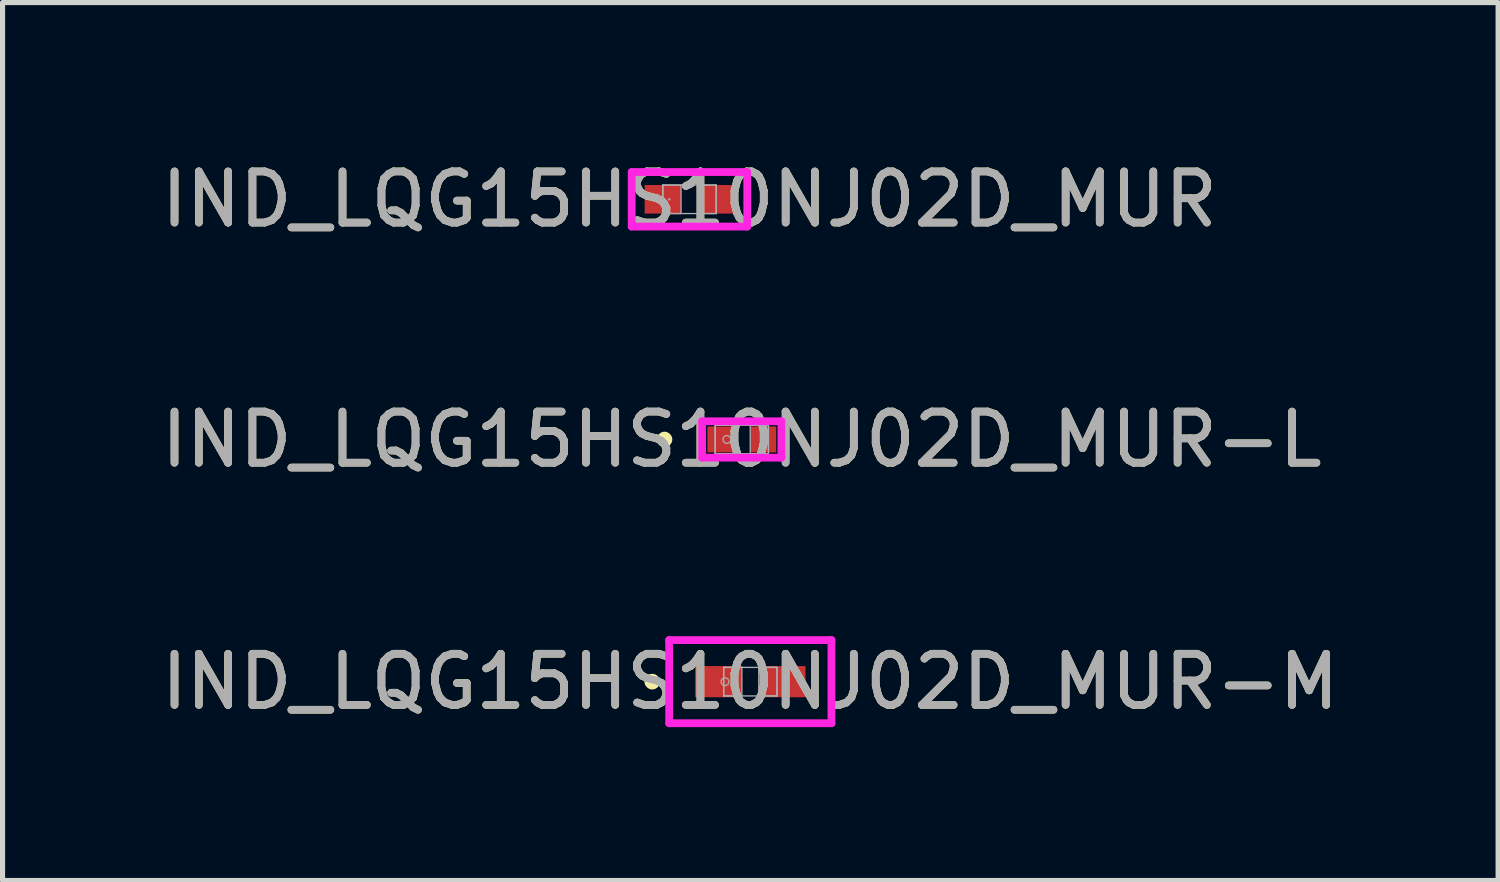
<source format=kicad_pcb>
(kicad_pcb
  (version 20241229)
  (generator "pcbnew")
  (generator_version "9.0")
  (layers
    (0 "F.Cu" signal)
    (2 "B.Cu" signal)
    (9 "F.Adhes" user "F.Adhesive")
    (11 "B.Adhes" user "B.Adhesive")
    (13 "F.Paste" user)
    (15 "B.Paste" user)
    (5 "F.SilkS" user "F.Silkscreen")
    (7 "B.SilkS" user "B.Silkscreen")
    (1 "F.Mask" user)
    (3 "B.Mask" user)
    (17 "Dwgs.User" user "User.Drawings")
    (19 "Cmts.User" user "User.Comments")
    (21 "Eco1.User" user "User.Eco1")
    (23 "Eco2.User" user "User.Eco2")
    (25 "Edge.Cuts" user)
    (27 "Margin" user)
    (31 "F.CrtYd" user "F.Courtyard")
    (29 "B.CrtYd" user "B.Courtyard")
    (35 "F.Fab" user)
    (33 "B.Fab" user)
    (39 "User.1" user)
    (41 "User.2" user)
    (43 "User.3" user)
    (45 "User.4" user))
  (footprint "IND_LQG15HS10NJ02D_MUR-M"
    (layer "F.Cu")
    (at 11.625 10.282)
    (property "Reference" "IND_LQG15HS10NJ02D_MUR-M" (at 0 0 0) (unlocked yes) (layer "F.SilkS") (effects (font (size 1 1) (thickness 0.15))))
    (attr smd)
    (fp_circle (center -1.918 0) (end -1.841 0) (stroke (width 0.152) (type solid)) (fill no) (layer "F.SilkS"))
    (fp_line (start -1.587 -0.813) (end 1.587 -0.813) (stroke (width 0.152) (type solid)) (layer "F.CrtYd"))
    (fp_line (start -1.587 0.813) (end -1.587 -0.813) (stroke (width 0.152) (type solid)) (layer "F.CrtYd"))
    (fp_line (start 1.587 -0.813) (end 1.587 0.813) (stroke (width 0.152) (type solid)) (layer "F.CrtYd"))
    (fp_line (start 1.587 0.813) (end -1.587 0.813) (stroke (width 0.152) (type solid)) (layer "F.CrtYd"))
    (fp_line (start -0.521 -0.279) (end -0.521 0.279) (stroke (width 0.025) (type solid)) (layer "F.Fab"))
    (fp_line (start -0.521 -0.279) (end -0.521 0.279) (stroke (width 0.025) (type solid)) (layer "F.Fab"))
    (fp_line (start -0.521 0.279) (end -0.165 0.279) (stroke (width 0.025) (type solid)) (layer "F.Fab"))
    (fp_line (start -0.521 0.279) (end 0.521 0.279) (stroke (width 0.025) (type solid)) (layer "F.Fab"))
    (fp_line (start -0.165 -0.279) (end -0.521 -0.279) (stroke (width 0.025) (type solid)) (layer "F.Fab"))
    (fp_line (start -0.165 0.279) (end -0.165 -0.279) (stroke (width 0.025) (type solid)) (layer "F.Fab"))
    (fp_line (start 0.165 -0.279) (end 0.165 0.279) (stroke (width 0.025) (type solid)) (layer "F.Fab"))
    (fp_line (start 0.165 0.279) (end 0.521 0.279) (stroke (width 0.025) (type solid)) (layer "F.Fab"))
    (fp_line (start 0.521 -0.279) (end -0.521 -0.279) (stroke (width 0.025) (type solid)) (layer "F.Fab"))
    (fp_line (start 0.521 -0.279) (end 0.165 -0.279) (stroke (width 0.025) (type solid)) (layer "F.Fab"))
    (fp_line (start 0.521 0.279) (end 0.521 -0.279) (stroke (width 0.025) (type solid)) (layer "F.Fab"))
    (fp_line (start 0.521 0.279) (end 0.521 -0.279) (stroke (width 0.025) (type solid)) (layer "F.Fab"))
    (fp_circle (center -0.495 0) (end -0.419 0) (stroke (width 0.025) (type solid)) (fill no) (layer "F.Fab"))
    (fp_text user "${REFERENCE}" (at 0 0 0) (unlocked yes) (layer "F.Fab") (effects (font (size 1 1) (thickness 0.15))))
    (pad "1" smd rect (at -0.622 0) (size 0.914 0.61) (layers "F.Cu" "F.Mask" "F.Paste"))
    (pad "2" smd rect (at 0.622 0) (size 0.914 0.61) (layers "F.Cu" "F.Mask" "F.Paste"))
    (zone (net_name "") (layer "F.Cu") (hatch full 0.508) (connect_pads) (min_thickness 0.254) (filled_areas_thickness no) (keepout (tracks not_allowed) (vias not_allowed) (pads allowed) (copperpour not_allowed) (footprints allowed)) (placement (enabled no)) (fill) (polygon (pts (xy 11.511 10.053) (xy 11.739 10.053) (xy 11.739 10.511) (xy 11.511 10.511)))))
  (footprint "IND_LQG15HS10NJ02D_MUR-L"
    (layer "F.Cu")
    (at 11.458 5.545)
    (property "Reference" "IND_LQG15HS10NJ02D_MUR-L" (at 0 0 0) (unlocked yes) (layer "F.SilkS") (effects (font (size 1 1) (thickness 0.15))))
    (attr smd)
    (fp_circle (center -1.511 0) (end -1.435 0) (stroke (width 0.152) (type solid)) (fill no) (layer "F.SilkS"))
    (fp_line (start -0.775 -0.356) (end 0.775 -0.356) (stroke (width 0.152) (type solid)) (layer "F.CrtYd"))
    (fp_line (start -0.775 0.356) (end -0.775 -0.356) (stroke (width 0.152) (type solid)) (layer "F.CrtYd"))
    (fp_line (start 0.775 -0.356) (end 0.775 0.356) (stroke (width 0.152) (type solid)) (layer "F.CrtYd"))
    (fp_line (start 0.775 0.356) (end -0.775 0.356) (stroke (width 0.152) (type solid)) (layer "F.CrtYd"))
    (fp_line (start -0.521 -0.279) (end -0.521 0.279) (stroke (width 0.025) (type solid)) (layer "F.Fab"))
    (fp_line (start -0.521 -0.279) (end -0.521 0.279) (stroke (width 0.025) (type solid)) (layer "F.Fab"))
    (fp_line (start -0.521 0.279) (end -0.165 0.279) (stroke (width 0.025) (type solid)) (layer "F.Fab"))
    (fp_line (start -0.521 0.279) (end 0.521 0.279) (stroke (width 0.025) (type solid)) (layer "F.Fab"))
    (fp_line (start -0.165 -0.279) (end -0.521 -0.279) (stroke (width 0.025) (type solid)) (layer "F.Fab"))
    (fp_line (start -0.165 0.279) (end -0.165 -0.279) (stroke (width 0.025) (type solid)) (layer "F.Fab"))
    (fp_line (start 0.165 -0.279) (end 0.165 0.279) (stroke (width 0.025) (type solid)) (layer "F.Fab"))
    (fp_line (start 0.165 0.279) (end 0.521 0.279) (stroke (width 0.025) (type solid)) (layer "F.Fab"))
    (fp_line (start 0.521 -0.279) (end -0.521 -0.279) (stroke (width 0.025) (type solid)) (layer "F.Fab"))
    (fp_line (start 0.521 -0.279) (end 0.165 -0.279) (stroke (width 0.025) (type solid)) (layer "F.Fab"))
    (fp_line (start 0.521 0.279) (end 0.521 -0.279) (stroke (width 0.025) (type solid)) (layer "F.Fab"))
    (fp_line (start 0.521 0.279) (end 0.521 -0.279) (stroke (width 0.025) (type solid)) (layer "F.Fab"))
    (fp_circle (center -0.292 0) (end -0.216 0) (stroke (width 0.025) (type solid)) (fill no) (layer "F.Fab"))
    (fp_text user "${REFERENCE}" (at 0 0 0) (unlocked yes) (layer "F.Fab") (effects (font (size 1 1) (thickness 0.15))))
    (pad "1" smd rect (at -0.419 0) (size 0.508 0.508) (layers "F.Cu" "F.Mask" "F.Paste"))
    (pad "2" smd rect (at 0.419 0) (size 0.508 0.508) (layers "F.Cu" "F.Mask" "F.Paste"))
    (zone (net_name "") (layer "F.Cu") (hatch full 0.508) (connect_pads) (min_thickness 0.254) (filled_areas_thickness no) (keepout (tracks not_allowed) (vias not_allowed) (pads allowed) (copperpour not_allowed) (footprints allowed)) (placement (enabled no)) (fill) (polygon (pts (xy 11.344 5.316) (xy 11.573 5.316) (xy 11.573 5.773) (xy 11.344 5.773)))))
  (footprint "IND_LQG15HS10NJ02D_MUR"
    (layer "F.Cu")
    (at 10.435 0.848)
    (property "Reference" "IND_LQG15HS10NJ02D_MUR" (at 0 0 0) (unlocked yes) (layer "F.SilkS") (effects (font (size 1 1) (thickness 0.15))))
    (attr smd)
    (fp_line (start -1.13 -0.533) (end 1.13 -0.533) (stroke (width 0.152) (type solid)) (layer "F.CrtYd"))
    (fp_line (start -1.13 0.533) (end -1.13 -0.533) (stroke (width 0.152) (type solid)) (layer "F.CrtYd"))
    (fp_line (start 1.13 -0.533) (end 1.13 0.533) (stroke (width 0.152) (type solid)) (layer "F.CrtYd"))
    (fp_line (start 1.13 0.533) (end -1.13 0.533) (stroke (width 0.152) (type solid)) (layer "F.CrtYd"))
    (fp_line (start -0.521 -0.279) (end -0.521 0.279) (stroke (width 0.025) (type solid)) (layer "F.Fab"))
    (fp_line (start -0.521 -0.279) (end -0.521 0.279) (stroke (width 0.025) (type solid)) (layer "F.Fab"))
    (fp_line (start -0.521 0.279) (end -0.165 0.279) (stroke (width 0.025) (type solid)) (layer "F.Fab"))
    (fp_line (start -0.521 0.279) (end 0.521 0.279) (stroke (width 0.025) (type solid)) (layer "F.Fab"))
    (fp_line (start -0.165 -0.279) (end -0.521 -0.279) (stroke (width 0.025) (type solid)) (layer "F.Fab"))
    (fp_line (start -0.165 0.279) (end -0.165 -0.279) (stroke (width 0.025) (type solid)) (layer "F.Fab"))
    (fp_line (start 0.165 -0.279) (end 0.165 0.279) (stroke (width 0.025) (type solid)) (layer "F.Fab"))
    (fp_line (start 0.165 0.279) (end 0.521 0.279) (stroke (width 0.025) (type solid)) (layer "F.Fab"))
    (fp_line (start 0.521 -0.279) (end -0.521 -0.279) (stroke (width 0.025) (type solid)) (layer "F.Fab"))
    (fp_line (start 0.521 -0.279) (end 0.165 -0.279) (stroke (width 0.025) (type solid)) (layer "F.Fab"))
    (fp_line (start 0.521 0.279) (end 0.521 -0.279) (stroke (width 0.025) (type solid)) (layer "F.Fab"))
    (fp_line (start 0.521 0.279) (end 0.521 -0.279) (stroke (width 0.025) (type solid)) (layer "F.Fab"))
    (fp_circle (center -0.394 0) (end -0.394 0) (stroke (width 0.025) (type solid)) (fill no) (layer "F.Fab"))
    (fp_text user "${REFERENCE}" (at 0 0 0) (unlocked yes) (layer "F.Fab") (effects (font (size 1 1) (thickness 0.15))))
    (pad "1" smd rect (at -0.521 0) (size 0.711 0.559) (layers "F.Cu" "F.Mask" "F.Paste"))
    (pad "2" smd rect (at 0.521 0) (size 0.711 0.559) (layers "F.Cu" "F.Mask" "F.Paste"))
    (zone (net_name "") (layer "F.Cu") (hatch full 0.508) (connect_pads) (min_thickness 0.254) (filled_areas_thickness no) (keepout (tracks not_allowed) (vias not_allowed) (pads allowed) (copperpour not_allowed) (footprints allowed)) (placement (enabled no)) (fill) (polygon (pts (xy 10.32 0.62) (xy 10.549 0.62) (xy 10.549 1.077) (xy 10.32 1.077)))))
  (gr_rect
    (start -3 -3)
    (end 26.25 14.171)
    (stroke (width 0.1) (type default))
    (fill no)
    (layer "Edge.Cuts")))
</source>
